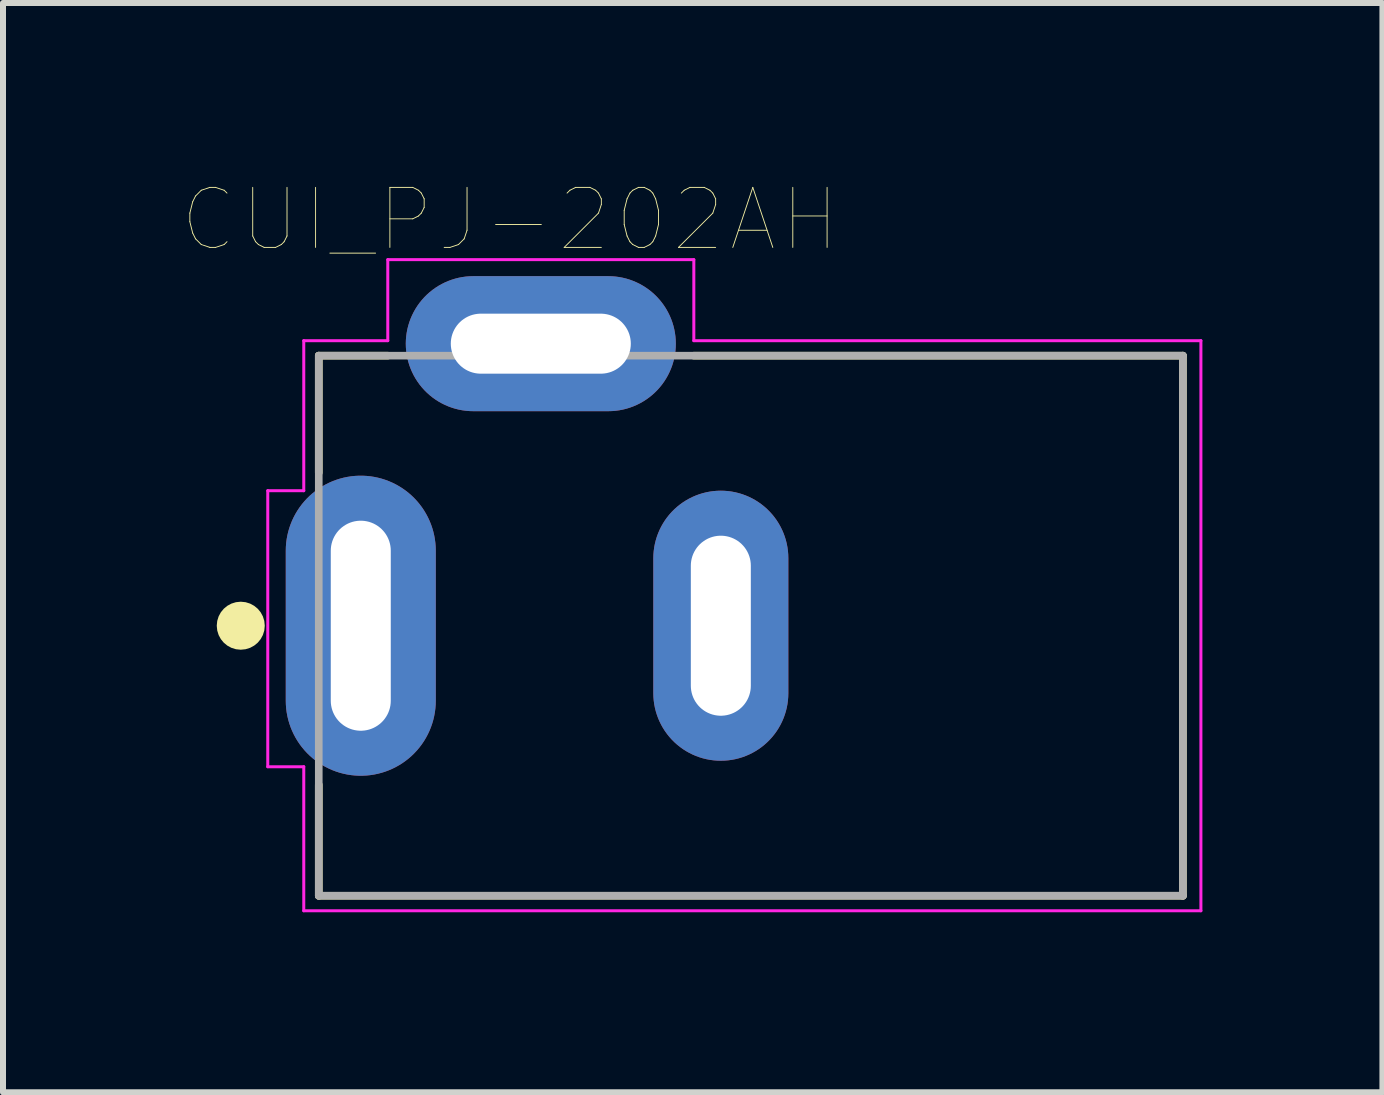
<source format=kicad_pcb>
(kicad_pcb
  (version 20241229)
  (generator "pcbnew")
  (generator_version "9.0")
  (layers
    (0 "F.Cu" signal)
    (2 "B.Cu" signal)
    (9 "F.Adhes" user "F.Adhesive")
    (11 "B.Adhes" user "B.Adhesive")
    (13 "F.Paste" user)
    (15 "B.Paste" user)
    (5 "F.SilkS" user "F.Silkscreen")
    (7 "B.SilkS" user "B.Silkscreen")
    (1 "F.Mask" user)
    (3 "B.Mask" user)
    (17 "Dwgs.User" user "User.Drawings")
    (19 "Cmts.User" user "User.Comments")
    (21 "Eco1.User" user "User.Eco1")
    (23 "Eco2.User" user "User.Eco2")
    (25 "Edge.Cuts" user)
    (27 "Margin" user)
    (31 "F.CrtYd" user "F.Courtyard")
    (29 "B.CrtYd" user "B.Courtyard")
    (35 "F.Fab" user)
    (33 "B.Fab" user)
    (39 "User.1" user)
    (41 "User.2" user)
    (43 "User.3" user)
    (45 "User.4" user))
  (footprint "CUI_PJ-202AH"
    (layer "F.Cu")
    (at 9.462 7.377)
    (property "Reference" "CUI_PJ-202AH" (at -4.015 -6.766 0) (layer "F.SilkS") (effects (font (size 1 1) (thickness 0.015))))
    (attr through_hole)
    (fp_line (start -7.2 -4.5) (end -6.05 -4.5) (stroke (width 0.127) (type solid)) (layer "F.SilkS"))
    (fp_line (start -7.2 -2.55) (end -7.2 -4.5) (stroke (width 0.127) (type solid)) (layer "F.SilkS"))
    (fp_line (start -7.2 4.5) (end -7.2 2.65) (stroke (width 0.127) (type solid)) (layer "F.SilkS"))
    (fp_line (start -0.95 -4.5) (end 7.2 -4.5) (stroke (width 0.127) (type solid)) (layer "F.SilkS"))
    (fp_line (start 7.2 -4.5) (end 7.2 4.5) (stroke (width 0.127) (type solid)) (layer "F.SilkS"))
    (fp_line (start 7.2 4.5) (end -7.2 4.5) (stroke (width 0.127) (type solid)) (layer "F.SilkS"))
    (fp_circle (center -8.5 0) (end -8.3 0) (stroke (width 0.4) (type solid)) (fill no) (layer "F.SilkS"))
    (fp_line (start -8.05 -2.25) (end -8.05 2.35) (stroke (width 0.05) (type solid)) (layer "F.CrtYd"))
    (fp_line (start -8.05 2.35) (end -7.45 2.35) (stroke (width 0.05) (type solid)) (layer "F.CrtYd"))
    (fp_line (start -7.45 -4.75) (end -6.05 -4.75) (stroke (width 0.05) (type solid)) (layer "F.CrtYd"))
    (fp_line (start -7.45 -2.25) (end -8.05 -2.25) (stroke (width 0.05) (type solid)) (layer "F.CrtYd"))
    (fp_line (start -7.45 -2.25) (end -7.45 -4.75) (stroke (width 0.05) (type solid)) (layer "F.CrtYd"))
    (fp_line (start -7.45 4.75) (end -7.45 2.35) (stroke (width 0.05) (type solid)) (layer "F.CrtYd"))
    (fp_line (start -6.05 -6.1) (end -0.95 -6.1) (stroke (width 0.05) (type solid)) (layer "F.CrtYd"))
    (fp_line (start -6.05 -4.75) (end -6.05 -6.1) (stroke (width 0.05) (type solid)) (layer "F.CrtYd"))
    (fp_line (start -0.95 -6.1) (end -0.95 -4.75) (stroke (width 0.05) (type solid)) (layer "F.CrtYd"))
    (fp_line (start -0.95 -4.75) (end 7.5 -4.75) (stroke (width 0.05) (type solid)) (layer "F.CrtYd"))
    (fp_line (start 7.5 -4.75) (end 7.5 4.75) (stroke (width 0.05) (type solid)) (layer "F.CrtYd"))
    (fp_line (start 7.5 4.75) (end -7.45 4.75) (stroke (width 0.05) (type solid)) (layer "F.CrtYd"))
    (fp_line (start -7.2 -4.5) (end 7.2 -4.5) (stroke (width 0.127) (type solid)) (layer "F.Fab"))
    (fp_line (start -7.2 4.5) (end -7.2 -4.5) (stroke (width 0.127) (type solid)) (layer "F.Fab"))
    (fp_line (start 7.2 -4.5) (end 7.2 4.5) (stroke (width 0.127) (type solid)) (layer "F.Fab"))
    (fp_line (start 7.2 4.5) (end -7.2 4.5) (stroke (width 0.127) (type solid)) (layer "F.Fab"))
    (pad "1" thru_hole oval (at -6.5 0) (size 2.5 5) (drill oval 1 3.5) (layers "*.Cu" "*.Mask"))
    (pad "2" thru_hole oval (at -0.5 0) (size 2.25 4.5) (drill oval 1 3) (layers "*.Cu" "*.Mask"))
    (pad "3" thru_hole oval (at -3.5 -4.7) (size 4.5 2.25) (drill oval 3 1) (layers "*.Cu" "*.Mask")))
  (gr_rect
    (start -3 -3)
    (end 19.987 15.152)
    (stroke (width 0.1) (type default))
    (fill no)
    (layer "Edge.Cuts")))
</source>
